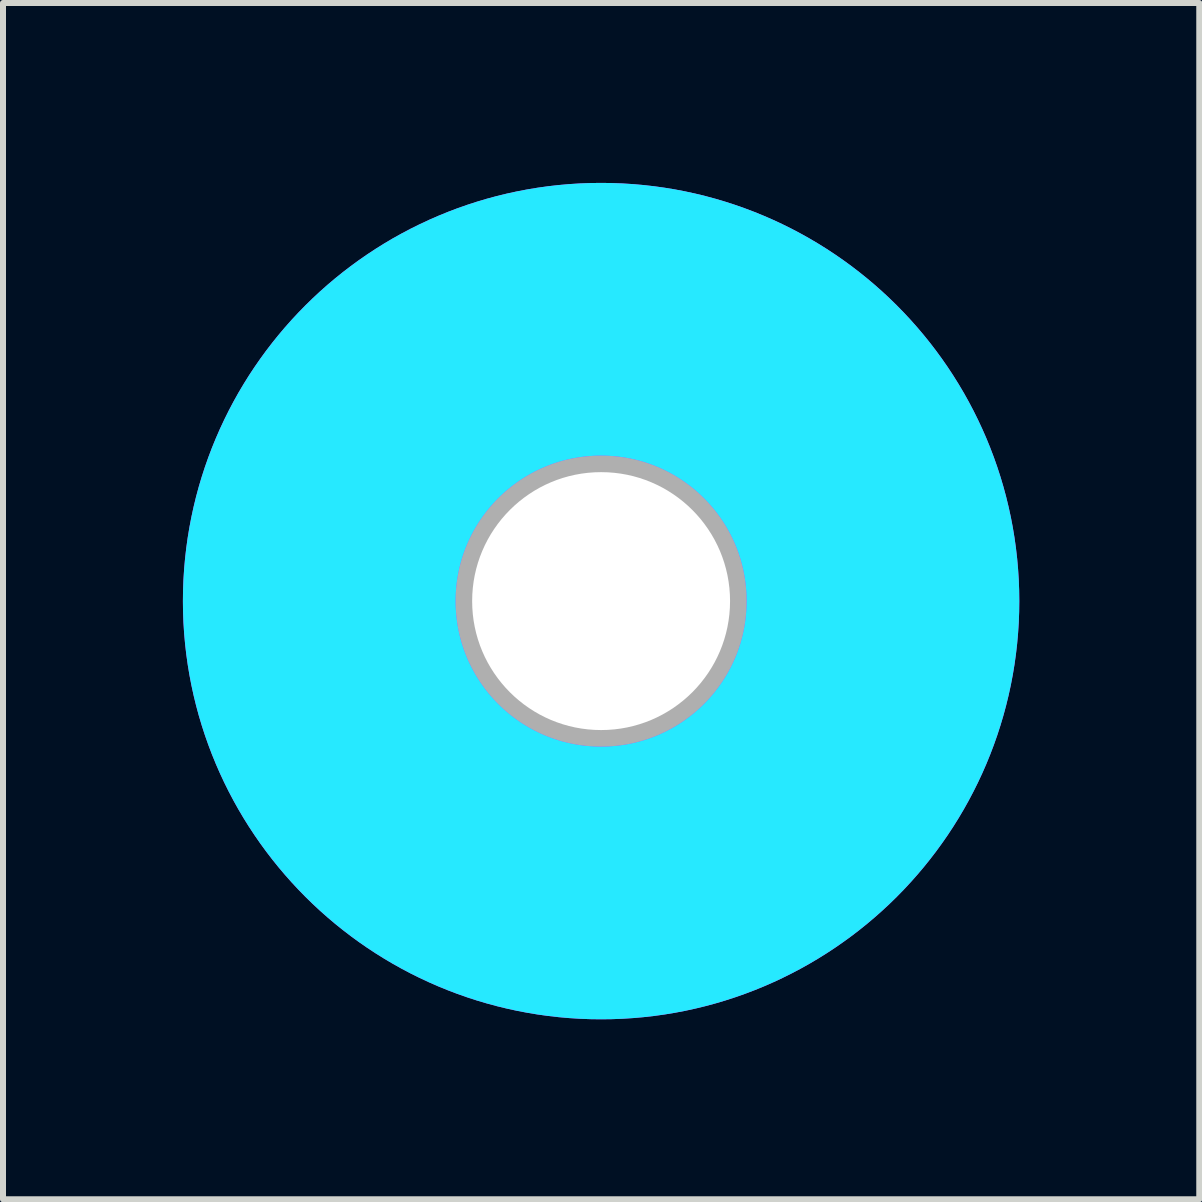
<source format=kicad_pcb>
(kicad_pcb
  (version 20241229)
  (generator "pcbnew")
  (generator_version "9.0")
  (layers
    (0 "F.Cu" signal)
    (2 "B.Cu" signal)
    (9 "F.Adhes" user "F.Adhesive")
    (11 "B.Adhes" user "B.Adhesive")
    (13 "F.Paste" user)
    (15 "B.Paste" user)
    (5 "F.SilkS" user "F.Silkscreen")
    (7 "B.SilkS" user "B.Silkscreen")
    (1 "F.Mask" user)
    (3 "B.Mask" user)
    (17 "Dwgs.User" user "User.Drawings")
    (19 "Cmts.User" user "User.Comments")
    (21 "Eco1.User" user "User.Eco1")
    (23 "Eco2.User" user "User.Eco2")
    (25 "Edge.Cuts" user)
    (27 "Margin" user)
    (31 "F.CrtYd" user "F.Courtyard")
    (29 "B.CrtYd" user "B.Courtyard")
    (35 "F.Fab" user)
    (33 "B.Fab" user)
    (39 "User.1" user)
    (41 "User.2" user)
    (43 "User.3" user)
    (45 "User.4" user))
  (footprint "footprint"
    (layer "F.Cu")
    (at 6.972 6.972)
    (property "Reference" "footprint" (at 0 0 0) (layer "F.SilkS") (effects (font (size 1.27 1.27) (thickness 0.15))))
    (fp_circle (center 0 0) (end 2.25 0) (stroke (width 0.152) (type solid)) (fill no) (layer "F.SilkS"))
    (fp_circle (center 0 0) (end 4.496 0) (stroke (width 0.152) (type solid)) (fill no) (layer "F.SilkS"))
    (fp_circle (center 0 0) (end 4.699 0) (stroke (width 4.547) (type solid)) (fill no) (layer "B.CrtYd"))
    (fp_circle (center 0 0) (end 4.699 0) (stroke (width 4.547) (type solid)) (fill no) (layer "F.CrtYd"))
    (fp_arc (start 0 -2.54) (mid 1.796051 -1.796051) (end 2.54 0) (stroke (width 3.9116) (type solid)) (layer "F.Fab"))
    (fp_arc (start 0 2.54) (mid -1.796051 1.796051) (end -2.54 0) (stroke (width 3.9116) (type solid)) (layer "F.Fab"))
    (fp_circle (center 0 0) (end 0.762 0) (stroke (width 0.152) (type solid)) (fill no) (layer "F.Fab"))
    (pad "" np_thru_hole circle (at 0 0) (size 4.3 4.3) (drill 4.3) (layers "*.Cu" "*.Mask"))
    (zone (net_name "") (layer "F.Cu") (hatch edge 0.508) (connect_pads) (min_thickness 0.254) (filled_areas_thickness no) (keepout (tracks not_allowed) (vias not_allowed) (pads not_allowed) (copperpour not_allowed) (footprints allowed)) (placement (enabled no)) (fill) (polygon (pts (xy 12.061 6.972) (xy 11.983 6.089) (xy 11.754 5.232) (xy 11.379 4.428) (xy 10.87 3.702) (xy 10.243 3.074) (xy 9.517 2.566) (xy 8.713 2.191) (xy 7.856 1.961) (xy 6.972 1.884) (xy 6.089 1.961) (xy 5.232 2.191) (xy 4.428 2.566) (xy 3.702 3.074) (xy 3.074 3.702) (xy 2.566 4.428) (xy 2.191 5.232) (xy 1.961 6.089) (xy 1.884 6.972) (xy 1.961 7.856) (xy 2.191 8.713) (xy 2.566 9.517) (xy 3.074 10.243) (xy 3.702 10.87) (xy 4.428 11.379) (xy 5.232 11.754) (xy 6.089 11.983) (xy 6.972 12.061) (xy 7.856 11.983) (xy 8.713 11.754) (xy 9.517 11.379) (xy 10.243 10.87) (xy 10.87 10.243) (xy 11.379 9.517) (xy 11.754 8.713) (xy 11.983 7.856))) (polygon (pts (xy 9.521 6.972) (xy 9.482 6.53) (xy 9.367 6.101) (xy 9.179 5.698) (xy 8.924 5.334) (xy 8.61 5.02) (xy 8.246 4.765) (xy 7.844 4.578) (xy 7.415 4.463) (xy 6.972 4.424) (xy 6.53 4.463) (xy 6.101 4.578) (xy 5.698 4.765) (xy 5.334 5.02) (xy 5.02 5.334) (xy 4.765 5.698) (xy 4.578 6.101) (xy 4.463 6.53) (xy 4.424 6.972) (xy 4.463 7.415) (xy 4.578 7.844) (xy 4.765 8.246) (xy 5.02 8.61) (xy 5.334 8.924) (xy 5.698 9.179) (xy 6.101 9.367) (xy 6.53 9.482) (xy 6.972 9.521) (xy 7.415 9.482) (xy 7.844 9.367) (xy 8.246 9.179) (xy 8.61 8.924) (xy 8.924 8.61) (xy 9.179 8.246) (xy 9.367 7.844) (xy 9.482 7.415))))
    (zone (net_name "") (layers "F.Cu" "B.Cu") (hatch edge 0.508) (connect_pads) (min_thickness 0.254) (filled_areas_thickness no) (keepout (tracks allowed) (vias not_allowed) (pads allowed) (copperpour allowed) (footprints allowed)) (placement (enabled no)) (fill) (polygon (pts (xy 12.052 6.972) (xy 11.975 6.09) (xy 11.746 5.235) (xy 11.372 4.432) (xy 10.864 3.707) (xy 10.238 3.081) (xy 9.512 2.573) (xy 8.71 2.199) (xy 7.854 1.969) (xy 6.972 1.892) (xy 6.09 1.969) (xy 5.235 2.199) (xy 4.432 2.573) (xy 3.707 3.081) (xy 3.081 3.707) (xy 2.573 4.432) (xy 2.199 5.235) (xy 1.969 6.09) (xy 1.892 6.972) (xy 1.969 7.854) (xy 2.199 8.71) (xy 2.573 9.512) (xy 3.081 10.238) (xy 3.707 10.864) (xy 4.432 11.372) (xy 5.235 11.746) (xy 6.09 11.975) (xy 6.972 12.052) (xy 7.854 11.975) (xy 8.71 11.746) (xy 9.512 11.372) (xy 10.238 10.864) (xy 10.864 10.238) (xy 11.372 9.512) (xy 11.746 8.71) (xy 11.975 7.854))) (polygon (pts (xy 9.512 6.972) (xy 9.474 6.531) (xy 9.359 6.104) (xy 9.172 5.702) (xy 8.918 5.34) (xy 8.605 5.027) (xy 8.242 4.773) (xy 7.841 4.585) (xy 7.413 4.471) (xy 6.972 4.432) (xy 6.531 4.471) (xy 6.104 4.585) (xy 5.702 4.773) (xy 5.34 5.027) (xy 5.027 5.34) (xy 4.773 5.702) (xy 4.585 6.104) (xy 4.471 6.531) (xy 4.432 6.972) (xy 4.471 7.413) (xy 4.585 7.841) (xy 4.773 8.242) (xy 5.027 8.605) (xy 5.34 8.918) (xy 5.702 9.172) (xy 6.104 9.359) (xy 6.531 9.474) (xy 6.972 9.512) (xy 7.413 9.474) (xy 7.841 9.359) (xy 8.242 9.172) (xy 8.605 8.918) (xy 8.918 8.605) (xy 9.172 8.242) (xy 9.359 7.841) (xy 9.474 7.413))))
    (zone (net_name "") (layer "B.Cu") (hatch edge 0.508) (connect_pads) (min_thickness 0.254) (filled_areas_thickness no) (keepout (tracks not_allowed) (vias not_allowed) (pads not_allowed) (copperpour not_allowed) (footprints allowed)) (placement (enabled no)) (fill) (polygon (pts (xy 12.052 6.972) (xy 11.975 6.09) (xy 11.746 5.235) (xy 11.372 4.432) (xy 10.864 3.707) (xy 10.238 3.081) (xy 9.512 2.573) (xy 8.71 2.199) (xy 7.854 1.969) (xy 6.972 1.892) (xy 6.09 1.969) (xy 5.235 2.199) (xy 4.432 2.573) (xy 3.707 3.081) (xy 3.081 3.707) (xy 2.573 4.432) (xy 2.199 5.235) (xy 1.969 6.09) (xy 1.892 6.972) (xy 1.969 7.854) (xy 2.199 8.71) (xy 2.573 9.512) (xy 3.081 10.238) (xy 3.707 10.864) (xy 4.432 11.372) (xy 5.235 11.746) (xy 6.09 11.975) (xy 6.972 12.052) (xy 7.854 11.975) (xy 8.71 11.746) (xy 9.512 11.372) (xy 10.238 10.864) (xy 10.864 10.238) (xy 11.372 9.512) (xy 11.746 8.71) (xy 11.975 7.854))) (polygon (pts (xy 9.512 6.972) (xy 9.474 6.531) (xy 9.359 6.104) (xy 9.172 5.702) (xy 8.918 5.34) (xy 8.605 5.027) (xy 8.242 4.773) (xy 7.841 4.585) (xy 7.413 4.471) (xy 6.972 4.432) (xy 6.531 4.471) (xy 6.104 4.585) (xy 5.702 4.773) (xy 5.34 5.027) (xy 5.027 5.34) (xy 4.773 5.702) (xy 4.585 6.104) (xy 4.471 6.531) (xy 4.432 6.972) (xy 4.471 7.413) (xy 4.585 7.841) (xy 4.773 8.242) (xy 5.027 8.605) (xy 5.34 8.918) (xy 5.702 9.172) (xy 6.104 9.359) (xy 6.531 9.474) (xy 6.972 9.512) (xy 7.413 9.474) (xy 7.841 9.359) (xy 8.242 9.172) (xy 8.605 8.918) (xy 8.918 8.605) (xy 9.172 8.242) (xy 9.359 7.841) (xy 9.474 7.413)))))
  (gr_rect
    (start -3 -3)
    (end 16.945 16.945)
    (stroke (width 0.1) (type default))
    (fill no)
    (layer "Edge.Cuts")))
</source>
